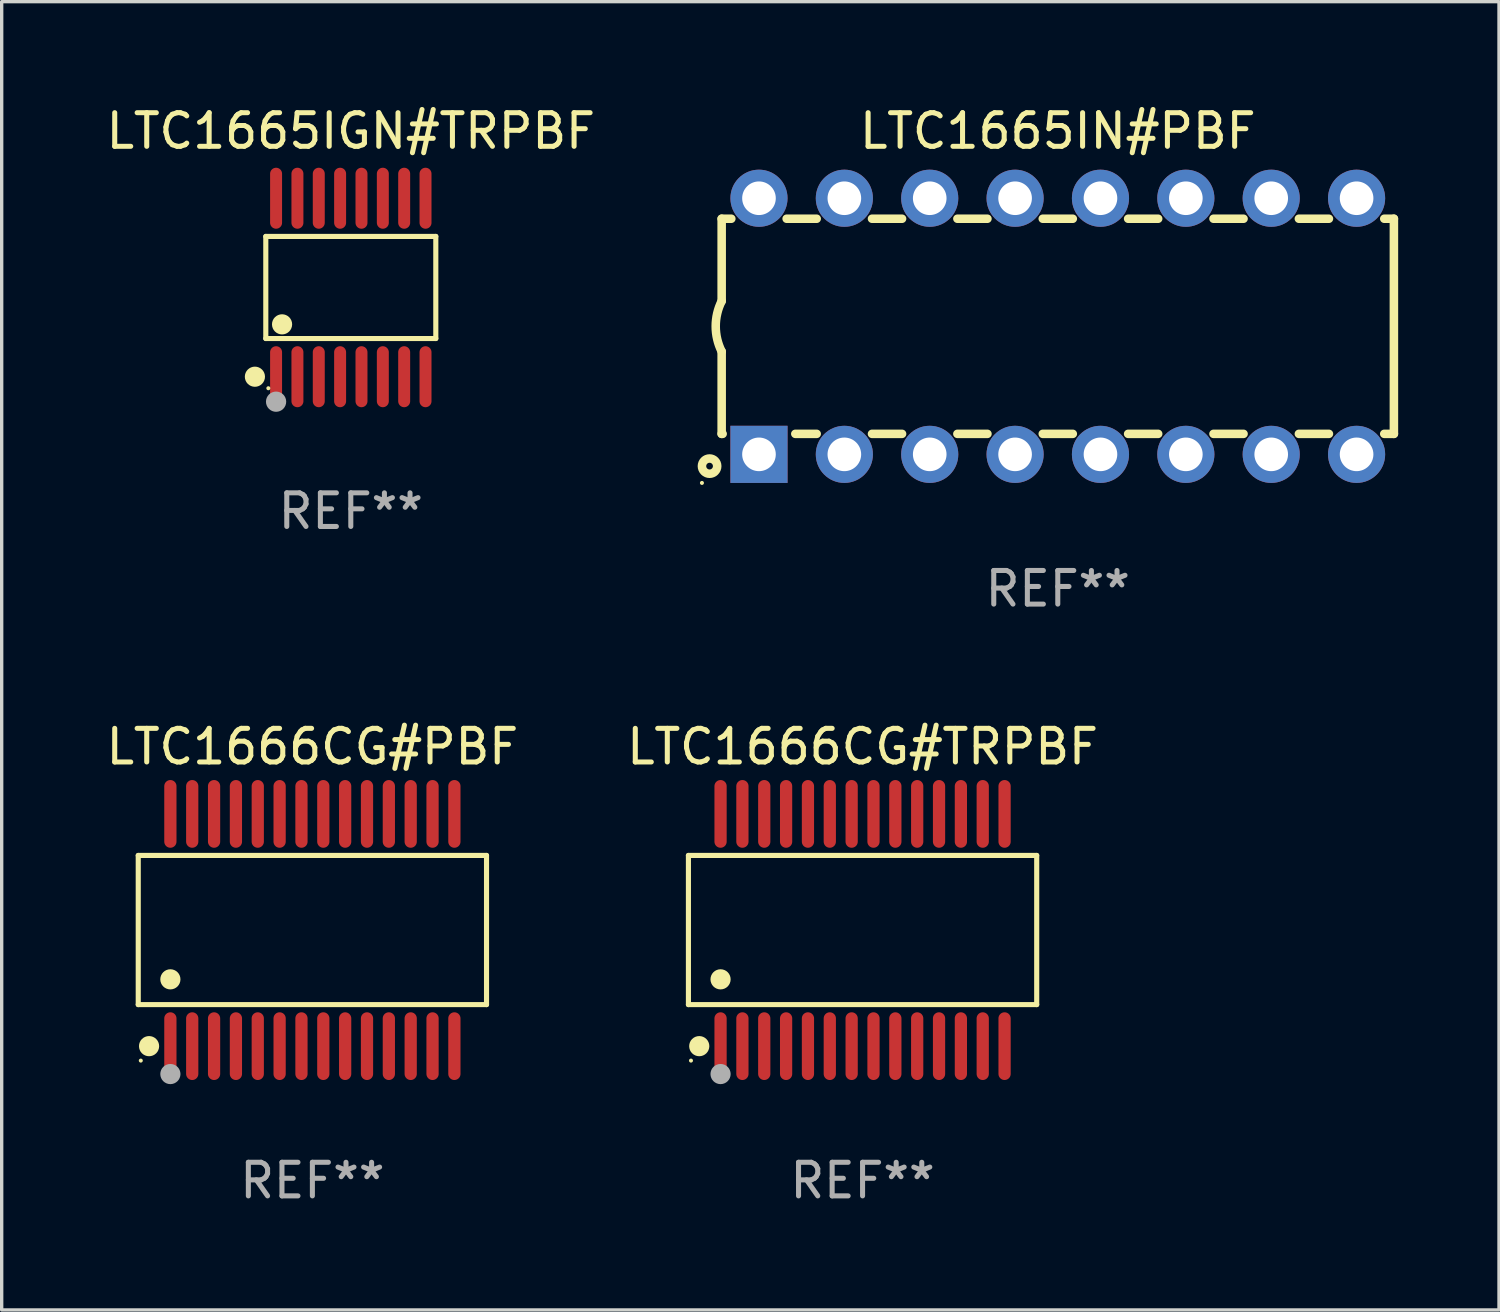
<source format=kicad_pcb>
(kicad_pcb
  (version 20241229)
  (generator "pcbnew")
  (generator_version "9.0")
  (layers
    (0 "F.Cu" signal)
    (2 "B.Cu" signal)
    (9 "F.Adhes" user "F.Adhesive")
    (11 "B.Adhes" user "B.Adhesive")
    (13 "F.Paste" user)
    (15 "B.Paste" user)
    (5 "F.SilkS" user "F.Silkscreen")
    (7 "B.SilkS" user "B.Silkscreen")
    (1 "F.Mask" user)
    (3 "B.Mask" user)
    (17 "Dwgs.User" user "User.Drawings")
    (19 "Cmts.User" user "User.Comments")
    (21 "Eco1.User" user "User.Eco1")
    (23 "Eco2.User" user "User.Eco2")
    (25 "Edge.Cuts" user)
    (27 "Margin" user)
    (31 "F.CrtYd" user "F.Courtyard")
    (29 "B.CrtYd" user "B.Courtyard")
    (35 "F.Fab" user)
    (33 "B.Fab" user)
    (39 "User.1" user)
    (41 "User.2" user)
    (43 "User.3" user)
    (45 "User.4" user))
  (footprint "LTC1666CG#PBF"
    (layer "F.Cu")
    (at 6.244 24.62)
    (property "Reference" "LTC1666CG#PBF" (at 0 -5.455 0) (layer "F.SilkS") (effects (font (size 1 1) (thickness 0.15))))
    (attr through_hole)
    (fp_line (start -5.181 -2.219) (end 5.181 -2.219) (stroke (width 0.152) (type solid)) (layer "F.SilkS"))
    (fp_line (start -5.181 2.219) (end -5.181 -2.219) (stroke (width 0.152) (type solid)) (layer "F.SilkS"))
    (fp_line (start 5.181 -2.219) (end 5.181 2.219) (stroke (width 0.152) (type solid)) (layer "F.SilkS"))
    (fp_line (start 5.181 2.219) (end -5.181 2.219) (stroke (width 0.152) (type solid)) (layer "F.SilkS"))
    (fp_circle (center -5.105 3.885) (end -5.075 3.885) (stroke (width 0.06) (type solid)) (fill no) (layer "F.SilkS"))
    (fp_circle (center -4.859 3.455) (end -4.709 3.455) (stroke (width 0.3) (type solid)) (fill no) (layer "F.SilkS"))
    (fp_circle (center -4.225 1.467) (end -4.075 1.467) (stroke (width 0.3) (type solid)) (fill no) (layer "F.SilkS"))
    (fp_circle (center -4.225 4.285) (end -4.075 4.285) (stroke (width 0.3) (type solid)) (fill no) (layer "F.Fab"))
    (fp_text user "REF**" (at 0 7.455 0) (layer "F.Fab") (effects (font (size 1 1) (thickness 0.15))))
    (pad "1" smd oval (at -4.225 3.455) (size 0.364 2.015) (layers "F.Cu" "F.Mask" "F.Paste"))
    (pad "2" smd oval (at -3.575 3.455) (size 0.364 2.015) (layers "F.Cu" "F.Mask" "F.Paste"))
    (pad "3" smd oval (at -2.925 3.455) (size 0.364 2.015) (layers "F.Cu" "F.Mask" "F.Paste"))
    (pad "4" smd oval (at -2.275 3.455) (size 0.364 2.015) (layers "F.Cu" "F.Mask" "F.Paste"))
    (pad "5" smd oval (at -1.625 3.455) (size 0.364 2.015) (layers "F.Cu" "F.Mask" "F.Paste"))
    (pad "6" smd oval (at -0.975 3.455) (size 0.364 2.015) (layers "F.Cu" "F.Mask" "F.Paste"))
    (pad "7" smd oval (at -0.325 3.455) (size 0.364 2.015) (layers "F.Cu" "F.Mask" "F.Paste"))
    (pad "8" smd oval (at 0.325 3.455) (size 0.364 2.015) (layers "F.Cu" "F.Mask" "F.Paste"))
    (pad "9" smd oval (at 0.975 3.455) (size 0.364 2.015) (layers "F.Cu" "F.Mask" "F.Paste"))
    (pad "10" smd oval (at 1.625 3.455) (size 0.364 2.015) (layers "F.Cu" "F.Mask" "F.Paste"))
    (pad "11" smd oval (at 2.275 3.455) (size 0.364 2.015) (layers "F.Cu" "F.Mask" "F.Paste"))
    (pad "12" smd oval (at 2.925 3.455) (size 0.364 2.015) (layers "F.Cu" "F.Mask" "F.Paste"))
    (pad "13" smd oval (at 3.575 3.455) (size 0.364 2.015) (layers "F.Cu" "F.Mask" "F.Paste"))
    (pad "14" smd oval (at 4.225 3.455) (size 0.364 2.015) (layers "F.Cu" "F.Mask" "F.Paste"))
    (pad "15" smd oval (at 4.225 -3.455) (size 0.364 2.015) (layers "F.Cu" "F.Mask" "F.Paste"))
    (pad "16" smd oval (at 3.575 -3.455) (size 0.364 2.015) (layers "F.Cu" "F.Mask" "F.Paste"))
    (pad "17" smd oval (at 2.925 -3.455) (size 0.364 2.015) (layers "F.Cu" "F.Mask" "F.Paste"))
    (pad "18" smd oval (at 2.275 -3.455) (size 0.364 2.015) (layers "F.Cu" "F.Mask" "F.Paste"))
    (pad "19" smd oval (at 1.625 -3.455) (size 0.364 2.015) (layers "F.Cu" "F.Mask" "F.Paste"))
    (pad "20" smd oval (at 0.975 -3.455) (size 0.364 2.015) (layers "F.Cu" "F.Mask" "F.Paste"))
    (pad "21" smd oval (at 0.325 -3.455) (size 0.364 2.015) (layers "F.Cu" "F.Mask" "F.Paste"))
    (pad "22" smd oval (at -0.325 -3.455) (size 0.364 2.015) (layers "F.Cu" "F.Mask" "F.Paste"))
    (pad "23" smd oval (at -0.975 -3.455) (size 0.364 2.015) (layers "F.Cu" "F.Mask" "F.Paste"))
    (pad "24" smd oval (at -1.625 -3.455) (size 0.364 2.015) (layers "F.Cu" "F.Mask" "F.Paste"))
    (pad "25" smd oval (at -2.275 -3.455) (size 0.364 2.015) (layers "F.Cu" "F.Mask" "F.Paste"))
    (pad "26" smd oval (at -2.925 -3.455) (size 0.364 2.015) (layers "F.Cu" "F.Mask" "F.Paste"))
    (pad "27" smd oval (at -3.575 -3.455) (size 0.364 2.015) (layers "F.Cu" "F.Mask" "F.Paste"))
    (pad "28" smd oval (at -4.225 -3.455) (size 0.364 2.015) (layers "F.Cu" "F.Mask" "F.Paste")))
  (footprint "LTC1665IN#PBF"
    (layer "F.Cu")
    (at 28.421 6.658)
    (property "Reference" "LTC1665IN#PBF" (at 0 -5.81 0) (layer "F.SilkS") (effects (font (size 1 1) (thickness 0.15))))
    (attr through_hole)
    (fp_line (start -10 -3.2) (end -10 -0.75) (stroke (width 0.254) (type solid)) (layer "F.SilkS"))
    (fp_line (start -10 -3.2) (end -9.713 -3.2) (stroke (width 0.254) (type solid)) (layer "F.SilkS"))
    (fp_line (start -10 3.2) (end -10 0.75) (stroke (width 0.254) (type solid)) (layer "F.SilkS"))
    (fp_line (start -10 3.2) (end -9.971 3.2) (stroke (width 0.254) (type solid)) (layer "F.SilkS"))
    (fp_line (start -8.067 -3.2) (end -7.173 -3.2) (stroke (width 0.254) (type solid)) (layer "F.SilkS"))
    (fp_line (start -7.809 3.2) (end -7.173 3.2) (stroke (width 0.254) (type solid)) (layer "F.SilkS"))
    (fp_line (start -5.527 3.2) (end -4.633 3.2) (stroke (width 0.254) (type solid)) (layer "F.SilkS"))
    (fp_line (start -5.527 -3.2) (end -4.633 -3.2) (stroke (width 0.254) (type solid)) (layer "F.SilkS"))
    (fp_line (start -2.987 3.2) (end -2.093 3.2) (stroke (width 0.254) (type solid)) (layer "F.SilkS"))
    (fp_line (start -2.987 -3.2) (end -2.093 -3.2) (stroke (width 0.254) (type solid)) (layer "F.SilkS"))
    (fp_line (start -0.447 3.2) (end 0.447 3.2) (stroke (width 0.254) (type solid)) (layer "F.SilkS"))
    (fp_line (start -0.447 -3.2) (end 0.447 -3.2) (stroke (width 0.254) (type solid)) (layer "F.SilkS"))
    (fp_line (start 2.093 3.2) (end 2.987 3.2) (stroke (width 0.254) (type solid)) (layer "F.SilkS"))
    (fp_line (start 2.093 -3.2) (end 2.987 -3.2) (stroke (width 0.254) (type solid)) (layer "F.SilkS"))
    (fp_line (start 4.633 3.2) (end 5.527 3.2) (stroke (width 0.254) (type solid)) (layer "F.SilkS"))
    (fp_line (start 4.633 -3.2) (end 5.527 -3.2) (stroke (width 0.254) (type solid)) (layer "F.SilkS"))
    (fp_line (start 7.173 3.2) (end 8.067 3.2) (stroke (width 0.254) (type solid)) (layer "F.SilkS"))
    (fp_line (start 7.173 -3.2) (end 8.067 -3.2) (stroke (width 0.254) (type solid)) (layer "F.SilkS"))
    (fp_line (start 9.713 3.2) (end 10 3.2) (stroke (width 0.254) (type solid)) (layer "F.SilkS"))
    (fp_line (start 9.713 -3.2) (end 10 -3.2) (stroke (width 0.254) (type solid)) (layer "F.SilkS"))
    (fp_line (start 10 -3.2) (end 10 3.2) (stroke (width 0.254) (type solid)) (layer "F.SilkS"))
    (fp_arc (start -10 0.748793) (mid -10.176918 -0.000607) (end -10.000025 -0.750013) (stroke (width 0.254001) (type solid)) (layer "F.SilkS"))
    (fp_circle (center -10.587 4.66) (end -10.557 4.66) (stroke (width 0.06) (type solid)) (fill no) (layer "F.SilkS"))
    (fp_circle (center -10.36 4.16) (end -10.26 4.16) (stroke (width 0.254) (type solid)) (fill no) (layer "F.SilkS"))
    (fp_text user "REF**" (at 0 7.81 0) (layer "F.Fab") (effects (font (size 1 1) (thickness 0.15))))
    (pad "1" thru_hole rect (at -8.89 3.81 90) (size 1.7 1.7) (drill 1) (layers "*.Cu" "*.Mask"))
    (pad "2" thru_hole circle (at -6.35 3.81) (size 1.7 1.7) (drill 1) (layers "*.Cu" "*.Mask"))
    (pad "3" thru_hole circle (at -3.81 3.81) (size 1.7 1.7) (drill 1) (layers "*.Cu" "*.Mask"))
    (pad "4" thru_hole circle (at -1.27 3.81) (size 1.7 1.7) (drill 1) (layers "*.Cu" "*.Mask"))
    (pad "5" thru_hole circle (at 1.27 3.81) (size 1.7 1.7) (drill 1) (layers "*.Cu" "*.Mask"))
    (pad "6" thru_hole circle (at 3.81 3.81) (size 1.7 1.7) (drill 1) (layers "*.Cu" "*.Mask"))
    (pad "7" thru_hole circle (at 6.35 3.81) (size 1.7 1.7) (drill 1) (layers "*.Cu" "*.Mask"))
    (pad "8" thru_hole circle (at 8.89 3.81) (size 1.7 1.7) (drill 1) (layers "*.Cu" "*.Mask"))
    (pad "9" thru_hole circle (at 8.89 -3.81) (size 1.7 1.7) (drill 1) (layers "*.Cu" "*.Mask"))
    (pad "10" thru_hole circle (at 6.35 -3.81) (size 1.7 1.7) (drill 1) (layers "*.Cu" "*.Mask"))
    (pad "11" thru_hole circle (at 3.81 -3.81) (size 1.7 1.7) (drill 1) (layers "*.Cu" "*.Mask"))
    (pad "12" thru_hole circle (at 1.27 -3.81) (size 1.7 1.7) (drill 1) (layers "*.Cu" "*.Mask"))
    (pad "13" thru_hole circle (at -1.27 -3.81) (size 1.7 1.7) (drill 1) (layers "*.Cu" "*.Mask"))
    (pad "14" thru_hole circle (at -3.81 -3.81) (size 1.7 1.7) (drill 1) (layers "*.Cu" "*.Mask"))
    (pad "15" thru_hole circle (at -6.35 -3.81) (size 1.7 1.7) (drill 1) (layers "*.Cu" "*.Mask"))
    (pad "16" thru_hole circle (at -8.89 -3.81) (size 1.7 1.7) (drill 1) (layers "*.Cu" "*.Mask")))
  (footprint "LTC1666CG#TRPBF"
    (layer "F.Cu")
    (at 22.613 24.62)
    (property "Reference" "LTC1666CG#TRPBF" (at 0 -5.455 0) (layer "F.SilkS") (effects (font (size 1 1) (thickness 0.15))))
    (attr through_hole)
    (fp_line (start -5.181 -2.219) (end 5.181 -2.219) (stroke (width 0.152) (type solid)) (layer "F.SilkS"))
    (fp_line (start -5.181 2.219) (end -5.181 -2.219) (stroke (width 0.152) (type solid)) (layer "F.SilkS"))
    (fp_line (start 5.181 -2.219) (end 5.181 2.219) (stroke (width 0.152) (type solid)) (layer "F.SilkS"))
    (fp_line (start 5.181 2.219) (end -5.181 2.219) (stroke (width 0.152) (type solid)) (layer "F.SilkS"))
    (fp_circle (center -5.105 3.885) (end -5.075 3.885) (stroke (width 0.06) (type solid)) (fill no) (layer "F.SilkS"))
    (fp_circle (center -4.859 3.455) (end -4.709 3.455) (stroke (width 0.3) (type solid)) (fill no) (layer "F.SilkS"))
    (fp_circle (center -4.225 1.467) (end -4.075 1.467) (stroke (width 0.3) (type solid)) (fill no) (layer "F.SilkS"))
    (fp_circle (center -4.225 4.285) (end -4.075 4.285) (stroke (width 0.3) (type solid)) (fill no) (layer "F.Fab"))
    (fp_text user "REF**" (at 0 7.455 0) (layer "F.Fab") (effects (font (size 1 1) (thickness 0.15))))
    (pad "1" smd oval (at -4.225 3.455) (size 0.364 2.015) (layers "F.Cu" "F.Mask" "F.Paste"))
    (pad "2" smd oval (at -3.575 3.455) (size 0.364 2.015) (layers "F.Cu" "F.Mask" "F.Paste"))
    (pad "3" smd oval (at -2.925 3.455) (size 0.364 2.015) (layers "F.Cu" "F.Mask" "F.Paste"))
    (pad "4" smd oval (at -2.275 3.455) (size 0.364 2.015) (layers "F.Cu" "F.Mask" "F.Paste"))
    (pad "5" smd oval (at -1.625 3.455) (size 0.364 2.015) (layers "F.Cu" "F.Mask" "F.Paste"))
    (pad "6" smd oval (at -0.975 3.455) (size 0.364 2.015) (layers "F.Cu" "F.Mask" "F.Paste"))
    (pad "7" smd oval (at -0.325 3.455) (size 0.364 2.015) (layers "F.Cu" "F.Mask" "F.Paste"))
    (pad "8" smd oval (at 0.325 3.455) (size 0.364 2.015) (layers "F.Cu" "F.Mask" "F.Paste"))
    (pad "9" smd oval (at 0.975 3.455) (size 0.364 2.015) (layers "F.Cu" "F.Mask" "F.Paste"))
    (pad "10" smd oval (at 1.625 3.455) (size 0.364 2.015) (layers "F.Cu" "F.Mask" "F.Paste"))
    (pad "11" smd oval (at 2.275 3.455) (size 0.364 2.015) (layers "F.Cu" "F.Mask" "F.Paste"))
    (pad "12" smd oval (at 2.925 3.455) (size 0.364 2.015) (layers "F.Cu" "F.Mask" "F.Paste"))
    (pad "13" smd oval (at 3.575 3.455) (size 0.364 2.015) (layers "F.Cu" "F.Mask" "F.Paste"))
    (pad "14" smd oval (at 4.225 3.455) (size 0.364 2.015) (layers "F.Cu" "F.Mask" "F.Paste"))
    (pad "15" smd oval (at 4.225 -3.455) (size 0.364 2.015) (layers "F.Cu" "F.Mask" "F.Paste"))
    (pad "16" smd oval (at 3.575 -3.455) (size 0.364 2.015) (layers "F.Cu" "F.Mask" "F.Paste"))
    (pad "17" smd oval (at 2.925 -3.455) (size 0.364 2.015) (layers "F.Cu" "F.Mask" "F.Paste"))
    (pad "18" smd oval (at 2.275 -3.455) (size 0.364 2.015) (layers "F.Cu" "F.Mask" "F.Paste"))
    (pad "19" smd oval (at 1.625 -3.455) (size 0.364 2.015) (layers "F.Cu" "F.Mask" "F.Paste"))
    (pad "20" smd oval (at 0.975 -3.455) (size 0.364 2.015) (layers "F.Cu" "F.Mask" "F.Paste"))
    (pad "21" smd oval (at 0.325 -3.455) (size 0.364 2.015) (layers "F.Cu" "F.Mask" "F.Paste"))
    (pad "22" smd oval (at -0.325 -3.455) (size 0.364 2.015) (layers "F.Cu" "F.Mask" "F.Paste"))
    (pad "23" smd oval (at -0.975 -3.455) (size 0.364 2.015) (layers "F.Cu" "F.Mask" "F.Paste"))
    (pad "24" smd oval (at -1.625 -3.455) (size 0.364 2.015) (layers "F.Cu" "F.Mask" "F.Paste"))
    (pad "25" smd oval (at -2.275 -3.455) (size 0.364 2.015) (layers "F.Cu" "F.Mask" "F.Paste"))
    (pad "26" smd oval (at -2.925 -3.455) (size 0.364 2.015) (layers "F.Cu" "F.Mask" "F.Paste"))
    (pad "27" smd oval (at -3.575 -3.455) (size 0.364 2.015) (layers "F.Cu" "F.Mask" "F.Paste"))
    (pad "28" smd oval (at -4.225 -3.455) (size 0.364 2.015) (layers "F.Cu" "F.Mask" "F.Paste")))
  (footprint "LTC1665IGN#TRPBF"
    (layer "F.Cu")
    (at 7.387 5.503)
    (property "Reference" "LTC1665IGN#TRPBF" (at 0 -4.655 0) (layer "F.SilkS") (effects (font (size 1 1) (thickness 0.15))))
    (attr through_hole)
    (fp_line (start -2.529 -1.519) (end 2.529 -1.519) (stroke (width 0.152) (type solid)) (layer "F.SilkS"))
    (fp_line (start -2.529 1.519) (end -2.529 -1.519) (stroke (width 0.152) (type solid)) (layer "F.SilkS"))
    (fp_line (start 2.529 -1.519) (end 2.529 1.519) (stroke (width 0.152) (type solid)) (layer "F.SilkS"))
    (fp_line (start 2.529 1.519) (end -2.529 1.519) (stroke (width 0.152) (type solid)) (layer "F.SilkS"))
    (fp_circle (center -2.853 2.655) (end -2.703 2.655) (stroke (width 0.3) (type solid)) (fill no) (layer "F.SilkS"))
    (fp_circle (center -2.453 2.998) (end -2.423 2.998) (stroke (width 0.06) (type solid)) (fill no) (layer "F.SilkS"))
    (fp_circle (center -2.045 1.097) (end -1.895 1.097) (stroke (width 0.3) (type solid)) (fill no) (layer "F.SilkS"))
    (fp_circle (center -2.223 3.398) (end -2.072 3.398) (stroke (width 0.3) (type solid)) (fill no) (layer "F.Fab"))
    (fp_text user "REF**" (at 0 6.655 0) (layer "F.Fab") (effects (font (size 1 1) (thickness 0.15))))
    (pad "1" smd oval (at -2.223 2.655) (size 0.356 1.815) (layers "F.Cu" "F.Mask" "F.Paste"))
    (pad "2" smd oval (at -1.588 2.655) (size 0.356 1.815) (layers "F.Cu" "F.Mask" "F.Paste"))
    (pad "3" smd oval (at -0.953 2.655) (size 0.356 1.815) (layers "F.Cu" "F.Mask" "F.Paste"))
    (pad "4" smd oval (at -0.318 2.655) (size 0.356 1.815) (layers "F.Cu" "F.Mask" "F.Paste"))
    (pad "5" smd oval (at 0.318 2.655) (size 0.356 1.815) (layers "F.Cu" "F.Mask" "F.Paste"))
    (pad "6" smd oval (at 0.953 2.655) (size 0.356 1.815) (layers "F.Cu" "F.Mask" "F.Paste"))
    (pad "7" smd oval (at 1.588 2.655) (size 0.356 1.815) (layers "F.Cu" "F.Mask" "F.Paste"))
    (pad "8" smd oval (at 2.223 2.655) (size 0.356 1.815) (layers "F.Cu" "F.Mask" "F.Paste"))
    (pad "9" smd oval (at 2.223 -2.655) (size 0.356 1.815) (layers "F.Cu" "F.Mask" "F.Paste"))
    (pad "10" smd oval (at 1.588 -2.655) (size 0.356 1.815) (layers "F.Cu" "F.Mask" "F.Paste"))
    (pad "11" smd oval (at 0.953 -2.655) (size 0.356 1.815) (layers "F.Cu" "F.Mask" "F.Paste"))
    (pad "12" smd oval (at 0.318 -2.655) (size 0.356 1.815) (layers "F.Cu" "F.Mask" "F.Paste"))
    (pad "13" smd oval (at -0.318 -2.655) (size 0.356 1.815) (layers "F.Cu" "F.Mask" "F.Paste"))
    (pad "14" smd oval (at -0.953 -2.655) (size 0.356 1.815) (layers "F.Cu" "F.Mask" "F.Paste"))
    (pad "15" smd oval (at -1.588 -2.655) (size 0.356 1.815) (layers "F.Cu" "F.Mask" "F.Paste"))
    (pad "16" smd oval (at -2.223 -2.655) (size 0.356 1.815) (layers "F.Cu" "F.Mask" "F.Paste")))
  (gr_rect
    (start -3 -3)
    (end 41.548 35.923)
    (stroke (width 0.1) (type default))
    (fill no)
    (layer "Edge.Cuts")))
</source>
